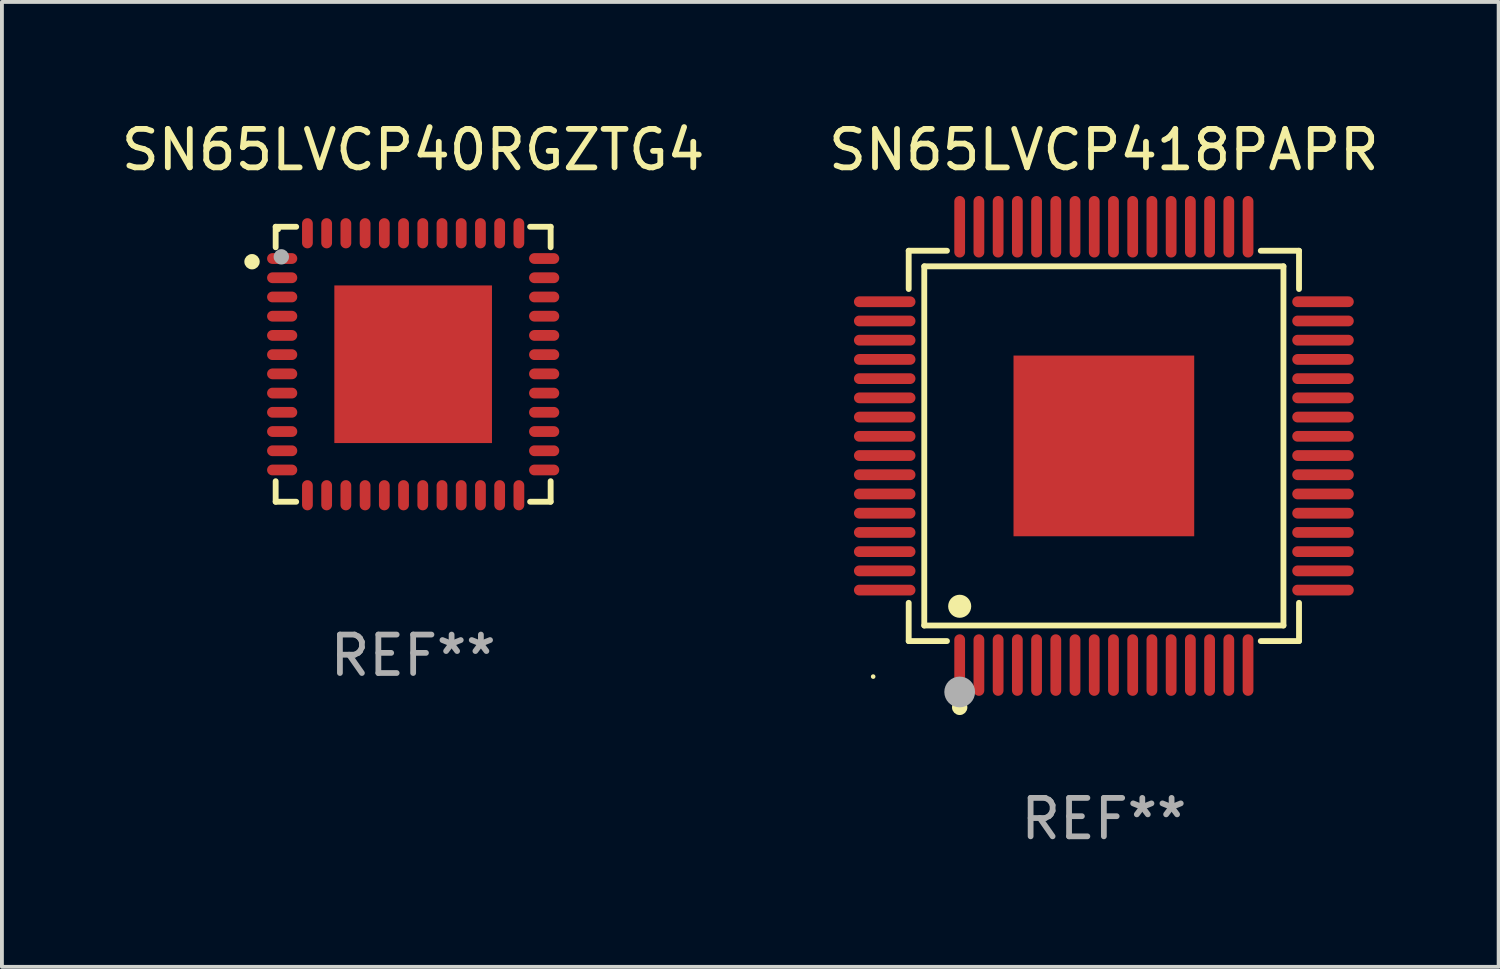
<source format=kicad_pcb>
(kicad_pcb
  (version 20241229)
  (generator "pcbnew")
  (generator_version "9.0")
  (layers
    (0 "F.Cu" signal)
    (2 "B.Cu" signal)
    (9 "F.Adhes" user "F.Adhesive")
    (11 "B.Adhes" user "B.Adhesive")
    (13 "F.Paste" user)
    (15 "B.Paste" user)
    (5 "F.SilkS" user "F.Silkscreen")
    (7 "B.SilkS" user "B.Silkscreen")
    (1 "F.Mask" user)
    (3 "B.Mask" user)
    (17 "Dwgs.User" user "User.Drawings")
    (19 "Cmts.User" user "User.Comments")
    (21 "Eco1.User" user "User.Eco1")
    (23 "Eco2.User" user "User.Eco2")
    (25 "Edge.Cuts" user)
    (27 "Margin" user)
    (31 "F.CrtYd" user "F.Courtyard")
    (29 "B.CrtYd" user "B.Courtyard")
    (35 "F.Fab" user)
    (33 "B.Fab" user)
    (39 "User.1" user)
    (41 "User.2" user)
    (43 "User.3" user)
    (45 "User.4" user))
  (footprint "SN65LVCP40RGZTG4"
    (layer "F.Cu")
    (at 7.696 6.424)
    (property "Reference" "SN65LVCP40RGZTG4" (at 0 -5.576 0) (layer "F.SilkS") (effects (font (size 1 1) (thickness 0.15))))
    (attr through_hole)
    (fp_line (start -3.576 -3.576) (end -3.042 -3.576) (stroke (width 0.152) (type solid)) (layer "F.SilkS"))
    (fp_line (start -3.576 -3.042) (end -3.576 -3.576) (stroke (width 0.152) (type solid)) (layer "F.SilkS"))
    (fp_line (start -3.576 3.042) (end -3.576 3.576) (stroke (width 0.152) (type solid)) (layer "F.SilkS"))
    (fp_line (start -3.576 3.576) (end -3.042 3.576) (stroke (width 0.152) (type solid)) (layer "F.SilkS"))
    (fp_line (start 3.576 -3.576) (end 3.042 -3.576) (stroke (width 0.152) (type solid)) (layer "F.SilkS"))
    (fp_line (start 3.576 -3.042) (end 3.576 -3.576) (stroke (width 0.152) (type solid)) (layer "F.SilkS"))
    (fp_line (start 3.576 3.042) (end 3.576 3.576) (stroke (width 0.152) (type solid)) (layer "F.SilkS"))
    (fp_line (start 3.576 3.576) (end 3.042 3.576) (stroke (width 0.152) (type solid)) (layer "F.SilkS"))
    (fp_circle (center -4.191 -2.667) (end -4.091 -2.667) (stroke (width 0.2) (type solid)) (fill no) (layer "F.SilkS"))
    (fp_circle (center -3.5 -3.5) (end -3.47 -3.5) (stroke (width 0.06) (type solid)) (fill no) (layer "F.SilkS"))
    (fp_circle (center -3.429 -2.794) (end -3.329 -2.794) (stroke (width 0.2) (type solid)) (fill no) (layer "F.Fab"))
    (fp_text user "REF**" (at 0 7.576 0) (layer "F.Fab") (effects (font (size 1 1) (thickness 0.15))))
    (pad "1" smd oval (at -3.407 -2.75) (size 0.785 0.28) (layers "F.Cu" "F.Mask" "F.Paste"))
    (pad "2" smd oval (at -3.407 -2.25) (size 0.785 0.28) (layers "F.Cu" "F.Mask" "F.Paste"))
    (pad "3" smd oval (at -3.407 -1.75) (size 0.785 0.28) (layers "F.Cu" "F.Mask" "F.Paste"))
    (pad "4" smd oval (at -3.407 -1.25) (size 0.785 0.28) (layers "F.Cu" "F.Mask" "F.Paste"))
    (pad "5" smd oval (at -3.407 -0.75) (size 0.785 0.28) (layers "F.Cu" "F.Mask" "F.Paste"))
    (pad "6" smd oval (at -3.407 -0.25) (size 0.785 0.28) (layers "F.Cu" "F.Mask" "F.Paste"))
    (pad "7" smd oval (at -3.407 0.25) (size 0.785 0.28) (layers "F.Cu" "F.Mask" "F.Paste"))
    (pad "8" smd oval (at -3.407 0.75) (size 0.785 0.28) (layers "F.Cu" "F.Mask" "F.Paste"))
    (pad "9" smd oval (at -3.407 1.25) (size 0.785 0.28) (layers "F.Cu" "F.Mask" "F.Paste"))
    (pad "10" smd oval (at -3.407 1.75) (size 0.785 0.28) (layers "F.Cu" "F.Mask" "F.Paste"))
    (pad "11" smd oval (at -3.407 2.25) (size 0.785 0.28) (layers "F.Cu" "F.Mask" "F.Paste"))
    (pad "12" smd oval (at -3.407 2.75) (size 0.785 0.28) (layers "F.Cu" "F.Mask" "F.Paste"))
    (pad "13" smd oval (at -2.75 3.407) (size 0.28 0.785) (layers "F.Cu" "F.Mask" "F.Paste"))
    (pad "14" smd oval (at -2.25 3.407) (size 0.28 0.785) (layers "F.Cu" "F.Mask" "F.Paste"))
    (pad "15" smd oval (at -1.75 3.407) (size 0.28 0.785) (layers "F.Cu" "F.Mask" "F.Paste"))
    (pad "16" smd oval (at -1.25 3.407) (size 0.28 0.785) (layers "F.Cu" "F.Mask" "F.Paste"))
    (pad "17" smd oval (at -0.75 3.407) (size 0.28 0.785) (layers "F.Cu" "F.Mask" "F.Paste"))
    (pad "18" smd oval (at -0.25 3.407) (size 0.28 0.785) (layers "F.Cu" "F.Mask" "F.Paste"))
    (pad "19" smd oval (at 0.25 3.407) (size 0.28 0.785) (layers "F.Cu" "F.Mask" "F.Paste"))
    (pad "20" smd oval (at 0.75 3.407) (size 0.28 0.785) (layers "F.Cu" "F.Mask" "F.Paste"))
    (pad "21" smd oval (at 1.25 3.407) (size 0.28 0.785) (layers "F.Cu" "F.Mask" "F.Paste"))
    (pad "22" smd oval (at 1.75 3.407) (size 0.28 0.785) (layers "F.Cu" "F.Mask" "F.Paste"))
    (pad "23" smd oval (at 2.25 3.407) (size 0.28 0.785) (layers "F.Cu" "F.Mask" "F.Paste"))
    (pad "24" smd oval (at 2.75 3.407) (size 0.28 0.785) (layers "F.Cu" "F.Mask" "F.Paste"))
    (pad "25" smd oval (at 3.407 2.75) (size 0.785 0.28) (layers "F.Cu" "F.Mask" "F.Paste"))
    (pad "26" smd oval (at 3.407 2.25) (size 0.785 0.28) (layers "F.Cu" "F.Mask" "F.Paste"))
    (pad "27" smd oval (at 3.407 1.75) (size 0.785 0.28) (layers "F.Cu" "F.Mask" "F.Paste"))
    (pad "28" smd oval (at 3.407 1.25) (size 0.785 0.28) (layers "F.Cu" "F.Mask" "F.Paste"))
    (pad "29" smd oval (at 3.407 0.75) (size 0.785 0.28) (layers "F.Cu" "F.Mask" "F.Paste"))
    (pad "30" smd oval (at 3.407 0.25) (size 0.785 0.28) (layers "F.Cu" "F.Mask" "F.Paste"))
    (pad "31" smd oval (at 3.407 -0.25) (size 0.785 0.28) (layers "F.Cu" "F.Mask" "F.Paste"))
    (pad "32" smd oval (at 3.407 -0.75) (size 0.785 0.28) (layers "F.Cu" "F.Mask" "F.Paste"))
    (pad "33" smd oval (at 3.407 -1.25) (size 0.785 0.28) (layers "F.Cu" "F.Mask" "F.Paste"))
    (pad "34" smd oval (at 3.407 -1.75) (size 0.785 0.28) (layers "F.Cu" "F.Mask" "F.Paste"))
    (pad "35" smd oval (at 3.407 -2.25) (size 0.785 0.28) (layers "F.Cu" "F.Mask" "F.Paste"))
    (pad "36" smd oval (at 3.407 -2.75) (size 0.785 0.28) (layers "F.Cu" "F.Mask" "F.Paste"))
    (pad "37" smd oval (at 2.75 -3.407) (size 0.28 0.785) (layers "F.Cu" "F.Mask" "F.Paste"))
    (pad "38" smd oval (at 2.25 -3.407) (size 0.28 0.785) (layers "F.Cu" "F.Mask" "F.Paste"))
    (pad "39" smd oval (at 1.75 -3.407) (size 0.28 0.785) (layers "F.Cu" "F.Mask" "F.Paste"))
    (pad "40" smd oval (at 1.25 -3.407) (size 0.28 0.785) (layers "F.Cu" "F.Mask" "F.Paste"))
    (pad "41" smd oval (at 0.75 -3.407) (size 0.28 0.785) (layers "F.Cu" "F.Mask" "F.Paste"))
    (pad "42" smd oval (at 0.25 -3.407) (size 0.28 0.785) (layers "F.Cu" "F.Mask" "F.Paste"))
    (pad "43" smd oval (at -0.25 -3.407) (size 0.28 0.785) (layers "F.Cu" "F.Mask" "F.Paste"))
    (pad "44" smd oval (at -0.75 -3.407) (size 0.28 0.785) (layers "F.Cu" "F.Mask" "F.Paste"))
    (pad "45" smd oval (at -1.25 -3.407) (size 0.28 0.785) (layers "F.Cu" "F.Mask" "F.Paste"))
    (pad "46" smd oval (at -1.75 -3.407) (size 0.28 0.785) (layers "F.Cu" "F.Mask" "F.Paste"))
    (pad "47" smd oval (at -2.25 -3.407) (size 0.28 0.785) (layers "F.Cu" "F.Mask" "F.Paste"))
    (pad "48" smd oval (at -2.75 -3.407) (size 0.28 0.785) (layers "F.Cu" "F.Mask" "F.Paste"))
    (pad "49" smd rect (at 0 0) (size 4.1 4.1) (layers "F.Cu" "F.Mask" "F.Paste")))
  (footprint "SN65LVCP418PAPR"
    (layer "F.Cu")
    (at 25.661 8.548)
    (property "Reference" "SN65LVCP418PAPR" (at 0 -7.7 0) (layer "F.SilkS") (effects (font (size 1 1) (thickness 0.15))))
    (attr through_hole)
    (fp_line (start -5.076 -5.076) (end -4.081 -5.076) (stroke (width 0.152) (type solid)) (layer "F.SilkS"))
    (fp_line (start -5.076 -4.081) (end -5.076 -5.076) (stroke (width 0.152) (type solid)) (layer "F.SilkS"))
    (fp_line (start -5.076 4.081) (end -5.076 5.076) (stroke (width 0.152) (type solid)) (layer "F.SilkS"))
    (fp_line (start -5.076 5.076) (end -4.081 5.076) (stroke (width 0.152) (type solid)) (layer "F.SilkS"))
    (fp_line (start -4.671 -4.671) (end 4.671 -4.671) (stroke (width 0.152) (type solid)) (layer "F.SilkS"))
    (fp_line (start -4.671 4.671) (end -4.671 -4.671) (stroke (width 0.152) (type solid)) (layer "F.SilkS"))
    (fp_line (start 4.671 -4.671) (end 4.671 4.671) (stroke (width 0.152) (type solid)) (layer "F.SilkS"))
    (fp_line (start 4.671 4.671) (end -4.671 4.671) (stroke (width 0.152) (type solid)) (layer "F.SilkS"))
    (fp_line (start 5.076 -5.076) (end 4.081 -5.076) (stroke (width 0.152) (type solid)) (layer "F.SilkS"))
    (fp_line (start 5.076 -4.081) (end 5.076 -5.076) (stroke (width 0.152) (type solid)) (layer "F.SilkS"))
    (fp_line (start 5.076 4.081) (end 5.076 5.076) (stroke (width 0.152) (type solid)) (layer "F.SilkS"))
    (fp_line (start 5.076 5.076) (end 4.081 5.076) (stroke (width 0.152) (type solid)) (layer "F.SilkS"))
    (fp_circle (center -6 6) (end -5.97 6) (stroke (width 0.06) (type solid)) (fill no) (layer "F.SilkS"))
    (fp_circle (center -3.75 4.171) (end -3.6 4.171) (stroke (width 0.3) (type solid)) (fill no) (layer "F.SilkS"))
    (fp_circle (center -3.75 6.8) (end -3.65 6.8) (stroke (width 0.2) (type solid)) (fill no) (layer "F.SilkS"))
    (fp_circle (center -3.75 6.4) (end -3.55 6.4) (stroke (width 0.4) (type solid)) (fill no) (layer "F.Fab"))
    (fp_text user "REF**" (at 0 9.7 0) (layer "F.Fab") (effects (font (size 1 1) (thickness 0.15))))
    (pad "1" smd oval (at -3.75 5.7) (size 0.28 1.6) (layers "F.Cu" "F.Mask" "F.Paste"))
    (pad "2" smd oval (at -3.25 5.7) (size 0.28 1.6) (layers "F.Cu" "F.Mask" "F.Paste"))
    (pad "3" smd oval (at -2.75 5.7) (size 0.28 1.6) (layers "F.Cu" "F.Mask" "F.Paste"))
    (pad "4" smd oval (at -2.25 5.7) (size 0.28 1.6) (layers "F.Cu" "F.Mask" "F.Paste"))
    (pad "5" smd oval (at -1.75 5.7) (size 0.28 1.6) (layers "F.Cu" "F.Mask" "F.Paste"))
    (pad "6" smd oval (at -1.25 5.7) (size 0.28 1.6) (layers "F.Cu" "F.Mask" "F.Paste"))
    (pad "7" smd oval (at -0.75 5.7) (size 0.28 1.6) (layers "F.Cu" "F.Mask" "F.Paste"))
    (pad "8" smd oval (at -0.25 5.7) (size 0.28 1.6) (layers "F.Cu" "F.Mask" "F.Paste"))
    (pad "9" smd oval (at 0.25 5.7) (size 0.28 1.6) (layers "F.Cu" "F.Mask" "F.Paste"))
    (pad "10" smd oval (at 0.75 5.7) (size 0.28 1.6) (layers "F.Cu" "F.Mask" "F.Paste"))
    (pad "11" smd oval (at 1.25 5.7) (size 0.28 1.6) (layers "F.Cu" "F.Mask" "F.Paste"))
    (pad "12" smd oval (at 1.75 5.7) (size 0.28 1.6) (layers "F.Cu" "F.Mask" "F.Paste"))
    (pad "13" smd oval (at 2.25 5.7) (size 0.28 1.6) (layers "F.Cu" "F.Mask" "F.Paste"))
    (pad "14" smd oval (at 2.75 5.7) (size 0.28 1.6) (layers "F.Cu" "F.Mask" "F.Paste"))
    (pad "15" smd oval (at 3.25 5.7) (size 0.28 1.6) (layers "F.Cu" "F.Mask" "F.Paste"))
    (pad "16" smd oval (at 3.75 5.7) (size 0.28 1.6) (layers "F.Cu" "F.Mask" "F.Paste"))
    (pad "17" smd oval (at 5.7 3.75) (size 1.6 0.28) (layers "F.Cu" "F.Mask" "F.Paste"))
    (pad "18" smd oval (at 5.7 3.25) (size 1.6 0.28) (layers "F.Cu" "F.Mask" "F.Paste"))
    (pad "19" smd oval (at 5.7 2.75) (size 1.6 0.28) (layers "F.Cu" "F.Mask" "F.Paste"))
    (pad "20" smd oval (at 5.7 2.25) (size 1.6 0.28) (layers "F.Cu" "F.Mask" "F.Paste"))
    (pad "21" smd oval (at 5.7 1.75) (size 1.6 0.28) (layers "F.Cu" "F.Mask" "F.Paste"))
    (pad "22" smd oval (at 5.7 1.25) (size 1.6 0.28) (layers "F.Cu" "F.Mask" "F.Paste"))
    (pad "23" smd oval (at 5.7 0.75) (size 1.6 0.28) (layers "F.Cu" "F.Mask" "F.Paste"))
    (pad "24" smd oval (at 5.7 0.25) (size 1.6 0.28) (layers "F.Cu" "F.Mask" "F.Paste"))
    (pad "25" smd oval (at 5.7 -0.25) (size 1.6 0.28) (layers "F.Cu" "F.Mask" "F.Paste"))
    (pad "26" smd oval (at 5.7 -0.75) (size 1.6 0.28) (layers "F.Cu" "F.Mask" "F.Paste"))
    (pad "27" smd oval (at 5.7 -1.25) (size 1.6 0.28) (layers "F.Cu" "F.Mask" "F.Paste"))
    (pad "28" smd oval (at 5.7 -1.75) (size 1.6 0.28) (layers "F.Cu" "F.Mask" "F.Paste"))
    (pad "29" smd oval (at 5.7 -2.25) (size 1.6 0.28) (layers "F.Cu" "F.Mask" "F.Paste"))
    (pad "30" smd oval (at 5.7 -2.75) (size 1.6 0.28) (layers "F.Cu" "F.Mask" "F.Paste"))
    (pad "31" smd oval (at 5.7 -3.25) (size 1.6 0.28) (layers "F.Cu" "F.Mask" "F.Paste"))
    (pad "32" smd oval (at 5.7 -3.75) (size 1.6 0.28) (layers "F.Cu" "F.Mask" "F.Paste"))
    (pad "33" smd oval (at 3.75 -5.7) (size 0.28 1.6) (layers "F.Cu" "F.Mask" "F.Paste"))
    (pad "34" smd oval (at 3.25 -5.7) (size 0.28 1.6) (layers "F.Cu" "F.Mask" "F.Paste"))
    (pad "35" smd oval (at 2.75 -5.7) (size 0.28 1.6) (layers "F.Cu" "F.Mask" "F.Paste"))
    (pad "36" smd oval (at 2.25 -5.7) (size 0.28 1.6) (layers "F.Cu" "F.Mask" "F.Paste"))
    (pad "37" smd oval (at 1.75 -5.7) (size 0.28 1.6) (layers "F.Cu" "F.Mask" "F.Paste"))
    (pad "38" smd oval (at 1.25 -5.7) (size 0.28 1.6) (layers "F.Cu" "F.Mask" "F.Paste"))
    (pad "39" smd oval (at 0.75 -5.7) (size 0.28 1.6) (layers "F.Cu" "F.Mask" "F.Paste"))
    (pad "40" smd oval (at 0.25 -5.7) (size 0.28 1.6) (layers "F.Cu" "F.Mask" "F.Paste"))
    (pad "41" smd oval (at -0.25 -5.7) (size 0.28 1.6) (layers "F.Cu" "F.Mask" "F.Paste"))
    (pad "42" smd oval (at -0.75 -5.7) (size 0.28 1.6) (layers "F.Cu" "F.Mask" "F.Paste"))
    (pad "43" smd oval (at -1.25 -5.7) (size 0.28 1.6) (layers "F.Cu" "F.Mask" "F.Paste"))
    (pad "44" smd oval (at -1.75 -5.7) (size 0.28 1.6) (layers "F.Cu" "F.Mask" "F.Paste"))
    (pad "45" smd oval (at -2.25 -5.7) (size 0.28 1.6) (layers "F.Cu" "F.Mask" "F.Paste"))
    (pad "46" smd oval (at -2.75 -5.7) (size 0.28 1.6) (layers "F.Cu" "F.Mask" "F.Paste"))
    (pad "47" smd oval (at -3.25 -5.7) (size 0.28 1.6) (layers "F.Cu" "F.Mask" "F.Paste"))
    (pad "48" smd oval (at -3.75 -5.7) (size 0.28 1.6) (layers "F.Cu" "F.Mask" "F.Paste"))
    (pad "49" smd oval (at -5.7 -3.75) (size 1.6 0.28) (layers "F.Cu" "F.Mask" "F.Paste"))
    (pad "50" smd oval (at -5.7 -3.25) (size 1.6 0.28) (layers "F.Cu" "F.Mask" "F.Paste"))
    (pad "51" smd oval (at -5.7 -2.75) (size 1.6 0.28) (layers "F.Cu" "F.Mask" "F.Paste"))
    (pad "52" smd oval (at -5.7 -2.25) (size 1.6 0.28) (layers "F.Cu" "F.Mask" "F.Paste"))
    (pad "53" smd oval (at -5.7 -1.75) (size 1.6 0.28) (layers "F.Cu" "F.Mask" "F.Paste"))
    (pad "54" smd oval (at -5.7 -1.25) (size 1.6 0.28) (layers "F.Cu" "F.Mask" "F.Paste"))
    (pad "55" smd oval (at -5.7 -0.75) (size 1.6 0.28) (layers "F.Cu" "F.Mask" "F.Paste"))
    (pad "56" smd oval (at -5.7 -0.25) (size 1.6 0.28) (layers "F.Cu" "F.Mask" "F.Paste"))
    (pad "57" smd oval (at -5.7 0.25) (size 1.6 0.28) (layers "F.Cu" "F.Mask" "F.Paste"))
    (pad "58" smd oval (at -5.7 0.75) (size 1.6 0.28) (layers "F.Cu" "F.Mask" "F.Paste"))
    (pad "59" smd oval (at -5.7 1.25) (size 1.6 0.28) (layers "F.Cu" "F.Mask" "F.Paste"))
    (pad "60" smd oval (at -5.7 1.75) (size 1.6 0.28) (layers "F.Cu" "F.Mask" "F.Paste"))
    (pad "61" smd oval (at -5.7 2.25) (size 1.6 0.28) (layers "F.Cu" "F.Mask" "F.Paste"))
    (pad "62" smd oval (at -5.7 2.75) (size 1.6 0.28) (layers "F.Cu" "F.Mask" "F.Paste"))
    (pad "63" smd oval (at -5.7 3.25) (size 1.6 0.28) (layers "F.Cu" "F.Mask" "F.Paste"))
    (pad "64" smd oval (at -5.7 3.75) (size 1.6 0.28) (layers "F.Cu" "F.Mask" "F.Paste"))
    (pad "65" smd rect (at 0 0) (size 4.7 4.7) (layers "F.Cu" "F.Mask" "F.Paste")))
  (gr_rect
    (start -3 -3)
    (end 35.929 22.097)
    (stroke (width 0.1) (type default))
    (fill no)
    (layer "Edge.Cuts")))
</source>
